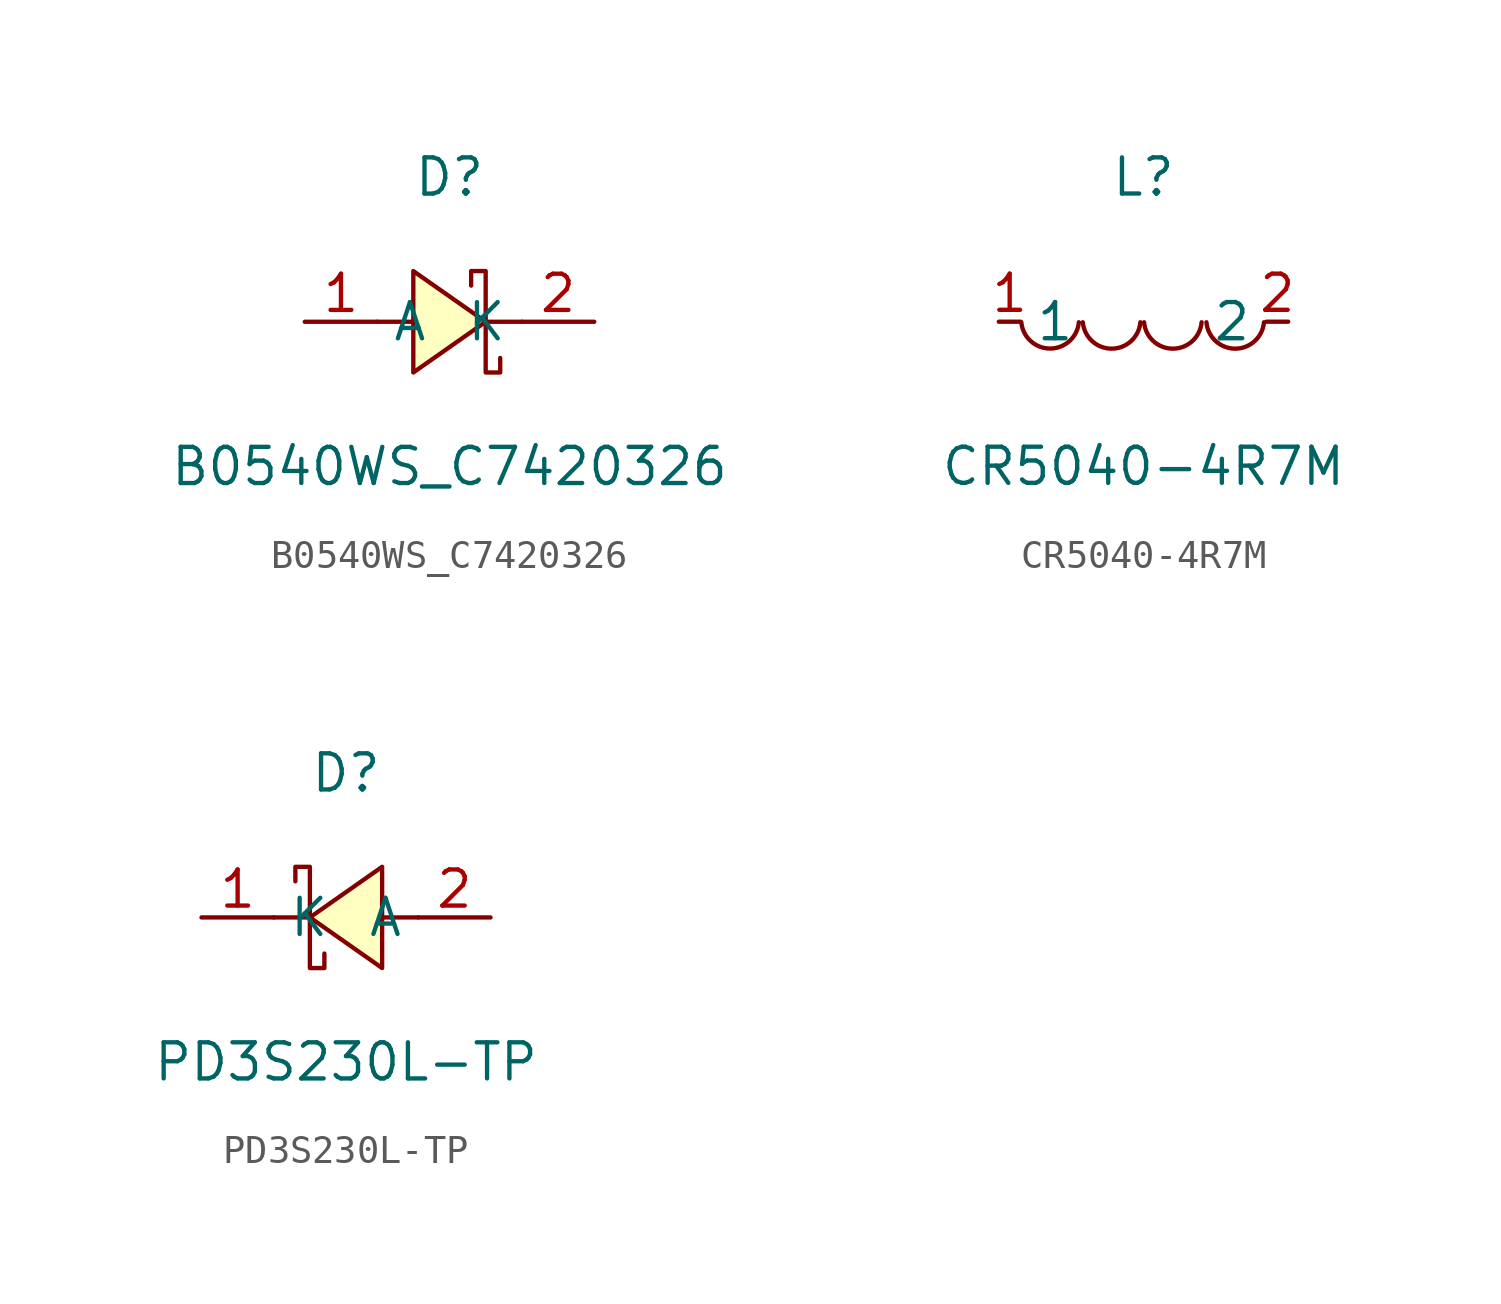
<source format=kicad_sym>
(kicad_symbol_lib
  (version 20211014)
  (generator https://github.com/uPesy/easyeda2kicad.py)
  (symbol "B0540WS_C7420326"
    (property "Reference" "D"
      (at 0 5.08 0)
      (effects (font (size 1.27 1.27))))
    (property "Value" "B0540WS_C7420326"
      (at 0 -5.08 0)
      (effects (font (size 1.27 1.27))))
    (symbol "B0540WS_C7420326_0_1"
      (polyline (pts (xy -1.27 -1.78) (xy 1.27 -0.00) (xy -1.27 1.78) (xy -1.27 -1.78)) (stroke (width 0) (type default) (color 0 0 0 0)) (fill (type background)))
      (polyline (pts (xy 1.78 -1.27) (xy 1.78 -1.78) (xy 1.27 -1.78) (xy 1.27 1.78) (xy 0.76 1.78) (xy 0.76 1.27)) (stroke (width 0) (type default) (color 0 0 0 0)) (fill (type none)))
      (polyline (pts (xy -2.54 -0.00) (xy -1.27 -0.00)) (stroke (width 0) (type default) (color 0 0 0 0)) (fill (type none)))
      (polyline (pts (xy 1.27 -0.00) (xy 2.54 -0.00)) (stroke (width 0) (type default) (color 0 0 0 0)) (fill (type none)))
      (pin unspecified line (at -5.08 -0.00 0) (length 2.54) (name "A" (effects (font (size 1.27 1.27)))) (number "1" (effects (font (size 1.27 1.27)))))
      (pin unspecified line (at 5.08 -0.00 180) (length 2.54) (name "K" (effects (font (size 1.27 1.27)))) (number "2" (effects (font (size 1.27 1.27)))))))
  (symbol "CR5040-4R7M"
    (property "Reference" "L"
      (at 0 5.08 0)
      (effects (font (size 1.27 1.27))))
    (property "Value" "CR5040-4R7M"
      (at 0 -5.08 0)
      (effects (font (size 1.27 1.27))))
    (symbol "CR5040-4R7M_0_1"
      (arc (start 2.21 -0.02) (mid 3.68 -1.01) (end 4.23 -0.02) (stroke (width 0) (type default) (color 0 0 0 0)) (fill (type none)))
      (arc (start 0.02 -0.02) (mid 1.49 -1.01) (end 2.04 -0.02) (stroke (width 0) (type default) (color 0 0 0 0)) (fill (type none)))
      (arc (start -2.13 -0.02) (mid -0.66 -1.01) (end -0.11 -0.02) (stroke (width 0) (type default) (color 0 0 0 0)) (fill (type none)))
      (arc (start -4.29 -0.02) (mid -2.81 -1.01) (end -2.27 -0.02) (stroke (width 0) (type default) (color 0 0 0 0)) (fill (type none)))
      (pin unspecified line (at -5.08 -0.00 0) (length 0.762) (name "1" (effects (font (size 1.27 1.27)))) (number "1" (effects (font (size 1.27 1.27)))))
      (pin unspecified line (at 5.08 -0.00 180) (length 0.762) (name "2" (effects (font (size 1.27 1.27)))) (number "2" (effects (font (size 1.27 1.27)))))))
  (symbol "PD3S230L-TP"
    (property "Reference" "D"
      (at 0 5.08 0)
      (effects (font (size 1.27 1.27))))
    (property "Value" "PD3S230L-TP"
      (at 0 -5.08 0)
      (effects (font (size 1.27 1.27))))
    (symbol "PD3S230L-TP_0_1"
      (polyline (pts (xy 1.27 1.78) (xy -1.27 -0.00) (xy 1.27 -1.78) (xy 1.27 1.78)) (stroke (width 0) (type default) (color 0 0 0 0)) (fill (type background)))
      (polyline (pts (xy -1.78 1.27) (xy -1.78 1.78) (xy -1.27 1.78) (xy -1.27 -1.78) (xy -0.76 -1.78) (xy -0.76 -1.27)) (stroke (width 0) (type default) (color 0 0 0 0)) (fill (type none)))
      (polyline (pts (xy 2.54 -0.00) (xy 1.27 -0.00)) (stroke (width 0) (type default) (color 0 0 0 0)) (fill (type none)))
      (polyline (pts (xy -1.27 -0.00) (xy -2.54 -0.00)) (stroke (width 0) (type default) (color 0 0 0 0)) (fill (type none)))
      (pin unspecified line (at 5.08 -0.00 180) (length 2.54) (name "A" (effects (font (size 1.27 1.27)))) (number "2" (effects (font (size 1.27 1.27)))))
      (pin unspecified line (at -5.08 -0.00 0) (length 2.54) (name "K" (effects (font (size 1.27 1.27)))) (number "1" (effects (font (size 1.27 1.27))))))))
</source>
